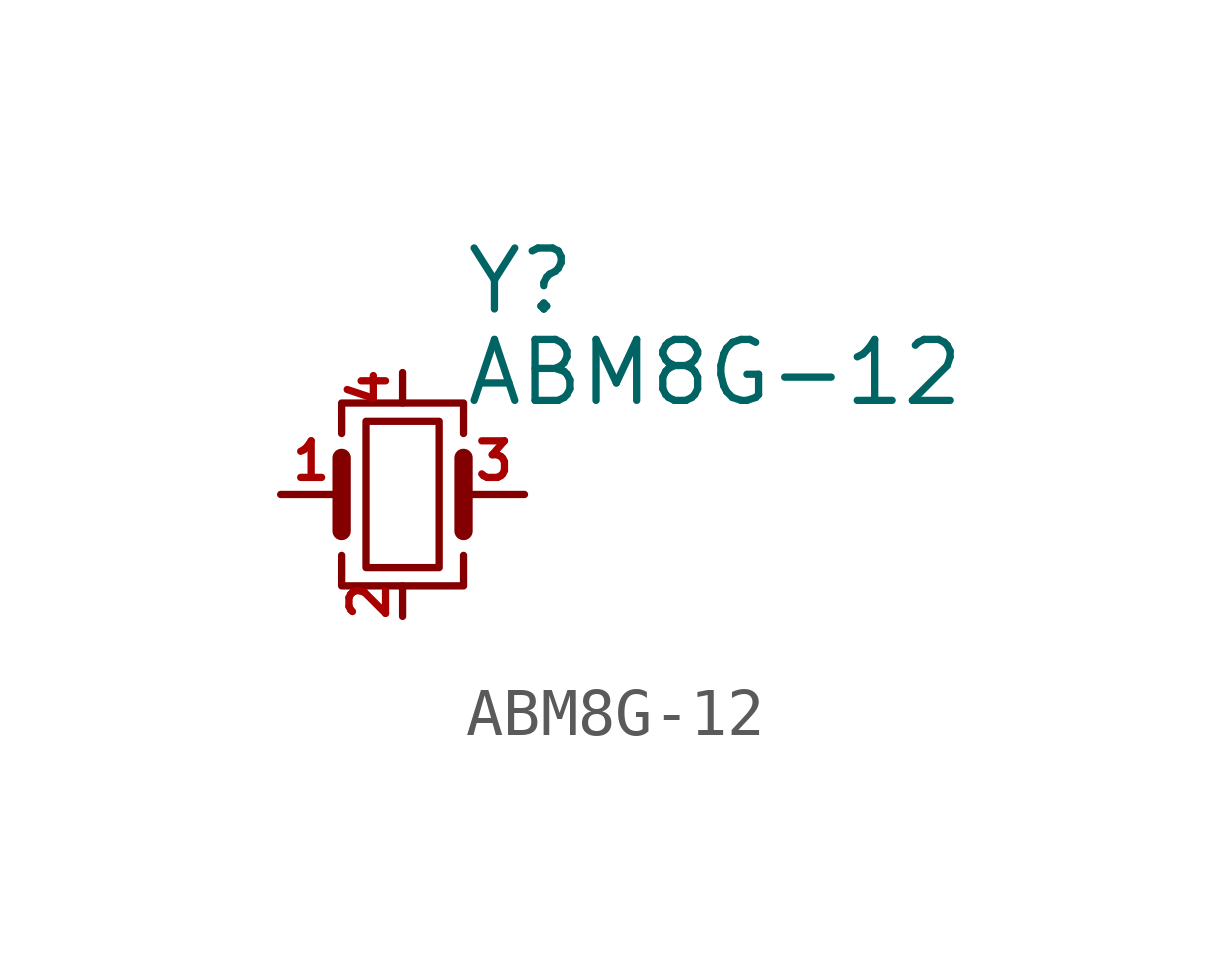
<source format=kicad_sym>
(kicad_symbol_lib
  (version 20241209)
  (generator "kicad_symbol_editor")
  (generator_version "9.0")
  (symbol "ABM8G-12"
    (pin_names
      (offset 1.016)
      (hide yes))
    (property "Reference" "Y"
      (at 1.27 4.445 0)
      (effects (font (size 1.27 1.27)) (justify left)))
    (property "Value" "ABM8G-12"
      (at 1.27 2.54 0)
      (effects (font (size 1.27 1.27)) (justify left)))
    (symbol "ABM8G-12_0_1"
      (polyline (pts (xy -1.27 1.27) (xy -1.27 1.905) (xy 1.27 1.905) (xy 1.27 1.27)) (stroke (width 0) (type default)) (fill (type none)))
      (polyline (pts (xy -1.27 -0.762) (xy -1.27 0.762)) (stroke (width 0.381) (type default)) (fill (type none)))
      (polyline (pts (xy -1.27 -1.27) (xy -1.27 -1.905) (xy 1.27 -1.905) (xy 1.27 -1.27)) (stroke (width 0) (type default)) (fill (type none)))
      (rectangle (start -0.762 -1.524) (end 0.762 1.524) (stroke (width 0) (type default)) (fill (type none)))
      (polyline (pts (xy 1.27 -0.762) (xy 1.27 0.762)) (stroke (width 0.381) (type default)) (fill (type none))))
    (symbol "ABM8G-12_1_1"
      (pin passive line (at -2.54 0 0) (length 1.27) (name "1" (effects (font (size 1.27 1.27)))) (number "1" (effects (font (size 0.762 0.762)))))
      (pin passive line (at 0 2.54 270) (length 0.635) (name "4" (effects (font (size 1.27 1.27)))) (number "4" (effects (font (size 0.762 0.762)))))
      (pin passive line (at 0 -2.54 90) (length 0.635) (name "2" (effects (font (size 1.27 1.27)))) (number "2" (effects (font (size 0.762 0.762)))))
      (pin passive line (at 2.54 0 180) (length 1.27) (name "3" (effects (font (size 1.27 1.27)))) (number "3" (effects (font (size 0.762 0.762))))))))
</source>
